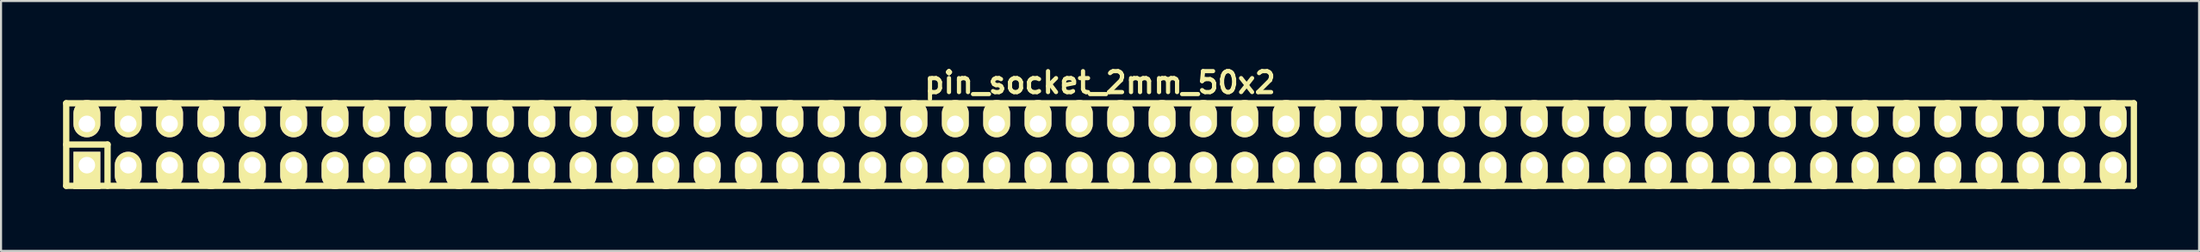
<source format=kicad_pcb>
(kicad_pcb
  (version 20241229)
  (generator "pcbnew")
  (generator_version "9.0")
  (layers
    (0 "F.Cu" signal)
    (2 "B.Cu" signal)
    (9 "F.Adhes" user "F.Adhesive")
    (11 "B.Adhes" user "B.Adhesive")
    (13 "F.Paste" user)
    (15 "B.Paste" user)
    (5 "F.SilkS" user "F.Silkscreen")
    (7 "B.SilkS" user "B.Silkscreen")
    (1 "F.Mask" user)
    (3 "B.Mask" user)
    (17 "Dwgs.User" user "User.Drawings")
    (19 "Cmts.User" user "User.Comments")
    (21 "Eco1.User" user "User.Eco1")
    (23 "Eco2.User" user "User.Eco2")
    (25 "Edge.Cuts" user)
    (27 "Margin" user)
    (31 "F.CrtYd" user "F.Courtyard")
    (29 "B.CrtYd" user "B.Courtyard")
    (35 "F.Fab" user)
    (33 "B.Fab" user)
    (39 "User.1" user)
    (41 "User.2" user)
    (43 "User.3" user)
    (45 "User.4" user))
  (footprint "pin_socket_2mm_50x2"
    (layer "F.Cu")
    (at 50.152 3.951)
    (property "Reference" "pin_socket_2mm_50x2" (at 0 -3 0) (layer "F.SilkS") (effects (font (size 1.016 1.016) (thickness 0.203))))
    (attr through_hole)
    (fp_line (start -50 -2) (end 50 -2) (stroke (width 0.305) (type solid)) (layer "F.SilkS"))
    (fp_line (start -50 0) (end -48 0) (stroke (width 0.305) (type solid)) (layer "F.SilkS"))
    (fp_line (start -50 2) (end -50 -2) (stroke (width 0.305) (type solid)) (layer "F.SilkS"))
    (fp_line (start -48 0) (end -48 2) (stroke (width 0.305) (type solid)) (layer "F.SilkS"))
    (fp_line (start 50 -2) (end 50 2) (stroke (width 0.305) (type solid)) (layer "F.SilkS"))
    (fp_line (start 50 2) (end -50 2) (stroke (width 0.305) (type solid)) (layer "F.SilkS"))
    (pad "1" thru_hole rect (at -49 1) (size 1.3 1.8) (drill 0.8 (offset 0 0.25)) (layers "*.Cu" "*.Mask" "F.SilkS"))
    (pad "2" thru_hole oval (at -49 -1) (size 1.3 1.8) (drill 0.8 (offset 0 -0.25)) (layers "*.Cu" "*.Mask" "F.SilkS"))
    (pad "3" thru_hole oval (at -47 1) (size 1.3 1.8) (drill 0.8 (offset 0 0.25)) (layers "*.Cu" "*.Mask" "F.SilkS"))
    (pad "4" thru_hole oval (at -47 -1) (size 1.3 1.8) (drill 0.8 (offset 0 -0.25)) (layers "*.Cu" "*.Mask" "F.SilkS"))
    (pad "5" thru_hole oval (at -45 1) (size 1.3 1.8) (drill 0.8 (offset 0 0.25)) (layers "*.Cu" "*.Mask" "F.SilkS"))
    (pad "6" thru_hole oval (at -45 -1) (size 1.3 1.8) (drill 0.8 (offset 0 -0.25)) (layers "*.Cu" "*.Mask" "F.SilkS"))
    (pad "7" thru_hole oval (at -43 1) (size 1.3 1.8) (drill 0.8 (offset 0 0.25)) (layers "*.Cu" "*.Mask" "F.SilkS"))
    (pad "8" thru_hole oval (at -43 -1) (size 1.3 1.8) (drill 0.8 (offset 0 -0.25)) (layers "*.Cu" "*.Mask" "F.SilkS"))
    (pad "9" thru_hole oval (at -41 1) (size 1.3 1.8) (drill 0.8 (offset 0 0.25)) (layers "*.Cu" "*.Mask" "F.SilkS"))
    (pad "10" thru_hole oval (at -41 -1) (size 1.3 1.8) (drill 0.8 (offset 0 -0.25)) (layers "*.Cu" "*.Mask" "F.SilkS"))
    (pad "11" thru_hole oval (at -39 1) (size 1.3 1.8) (drill 0.8 (offset 0 0.25)) (layers "*.Cu" "*.Mask" "F.SilkS"))
    (pad "12" thru_hole oval (at -39 -1) (size 1.3 1.8) (drill 0.8 (offset 0 -0.25)) (layers "*.Cu" "*.Mask" "F.SilkS"))
    (pad "13" thru_hole oval (at -37 1) (size 1.3 1.8) (drill 0.8 (offset 0 0.25)) (layers "*.Cu" "*.Mask" "F.SilkS"))
    (pad "14" thru_hole oval (at -37 -1) (size 1.3 1.8) (drill 0.8 (offset 0 -0.25)) (layers "*.Cu" "*.Mask" "F.SilkS"))
    (pad "15" thru_hole oval (at -35 1) (size 1.3 1.8) (drill 0.8 (offset 0 0.25)) (layers "*.Cu" "*.Mask" "F.SilkS"))
    (pad "16" thru_hole oval (at -35 -1) (size 1.3 1.8) (drill 0.8 (offset 0 -0.25)) (layers "*.Cu" "*.Mask" "F.SilkS"))
    (pad "17" thru_hole oval (at -33 1) (size 1.3 1.8) (drill 0.8 (offset 0 0.25)) (layers "*.Cu" "*.Mask" "F.SilkS"))
    (pad "18" thru_hole oval (at -33 -1) (size 1.3 1.8) (drill 0.8 (offset 0 -0.25)) (layers "*.Cu" "*.Mask" "F.SilkS"))
    (pad "19" thru_hole oval (at -31 1) (size 1.3 1.8) (drill 0.8 (offset 0 0.25)) (layers "*.Cu" "*.Mask" "F.SilkS"))
    (pad "20" thru_hole oval (at -31 -1) (size 1.3 1.8) (drill 0.8 (offset 0 -0.25)) (layers "*.Cu" "*.Mask" "F.SilkS"))
    (pad "21" thru_hole oval (at -29 1) (size 1.3 1.8) (drill 0.8 (offset 0 0.25)) (layers "*.Cu" "*.Mask" "F.SilkS"))
    (pad "22" thru_hole oval (at -29 -1) (size 1.3 1.8) (drill 0.8 (offset 0 -0.25)) (layers "*.Cu" "*.Mask" "F.SilkS"))
    (pad "23" thru_hole oval (at -27 1) (size 1.3 1.8) (drill 0.8 (offset 0 0.25)) (layers "*.Cu" "*.Mask" "F.SilkS"))
    (pad "24" thru_hole oval (at -27 -1) (size 1.3 1.8) (drill 0.8 (offset 0 -0.25)) (layers "*.Cu" "*.Mask" "F.SilkS"))
    (pad "25" thru_hole oval (at -25 1) (size 1.3 1.8) (drill 0.8 (offset 0 0.25)) (layers "*.Cu" "*.Mask" "F.SilkS"))
    (pad "26" thru_hole oval (at -25 -1) (size 1.3 1.8) (drill 0.8 (offset 0 -0.25)) (layers "*.Cu" "*.Mask" "F.SilkS"))
    (pad "27" thru_hole oval (at -23 1) (size 1.3 1.8) (drill 0.8 (offset 0 0.25)) (layers "*.Cu" "*.Mask" "F.SilkS"))
    (pad "28" thru_hole oval (at -23 -1) (size 1.3 1.8) (drill 0.8 (offset 0 -0.25)) (layers "*.Cu" "*.Mask" "F.SilkS"))
    (pad "29" thru_hole oval (at -21 1) (size 1.3 1.8) (drill 0.8 (offset 0 0.25)) (layers "*.Cu" "*.Mask" "F.SilkS"))
    (pad "30" thru_hole oval (at -21 -1) (size 1.3 1.8) (drill 0.8 (offset 0 -0.25)) (layers "*.Cu" "*.Mask" "F.SilkS"))
    (pad "31" thru_hole oval (at -19 1) (size 1.3 1.8) (drill 0.8 (offset 0 0.25)) (layers "*.Cu" "*.Mask" "F.SilkS"))
    (pad "32" thru_hole oval (at -19 -1) (size 1.3 1.8) (drill 0.8 (offset 0 -0.25)) (layers "*.Cu" "*.Mask" "F.SilkS"))
    (pad "33" thru_hole oval (at -17 1) (size 1.3 1.8) (drill 0.8 (offset 0 0.25)) (layers "*.Cu" "*.Mask" "F.SilkS"))
    (pad "34" thru_hole oval (at -17 -1) (size 1.3 1.8) (drill 0.8 (offset 0 -0.25)) (layers "*.Cu" "*.Mask" "F.SilkS"))
    (pad "35" thru_hole oval (at -15 1) (size 1.3 1.8) (drill 0.8 (offset 0 0.25)) (layers "*.Cu" "*.Mask" "F.SilkS"))
    (pad "36" thru_hole oval (at -15 -1) (size 1.3 1.8) (drill 0.8 (offset 0 -0.25)) (layers "*.Cu" "*.Mask" "F.SilkS"))
    (pad "37" thru_hole oval (at -13 1) (size 1.3 1.8) (drill 0.8 (offset 0 0.25)) (layers "*.Cu" "*.Mask" "F.SilkS"))
    (pad "38" thru_hole oval (at -13 -1) (size 1.3 1.8) (drill 0.8 (offset 0 -0.25)) (layers "*.Cu" "*.Mask" "F.SilkS"))
    (pad "39" thru_hole oval (at -11 1) (size 1.3 1.8) (drill 0.8 (offset 0 0.25)) (layers "*.Cu" "*.Mask" "F.SilkS"))
    (pad "40" thru_hole oval (at -11 -1) (size 1.3 1.8) (drill 0.8 (offset 0 -0.25)) (layers "*.Cu" "*.Mask" "F.SilkS"))
    (pad "41" thru_hole oval (at -9 1) (size 1.3 1.8) (drill 0.8 (offset 0 0.25)) (layers "*.Cu" "*.Mask" "F.SilkS"))
    (pad "42" thru_hole oval (at -9 -1) (size 1.3 1.8) (drill 0.8 (offset 0 -0.25)) (layers "*.Cu" "*.Mask" "F.SilkS"))
    (pad "43" thru_hole oval (at -7 1) (size 1.3 1.8) (drill 0.8 (offset 0 0.25)) (layers "*.Cu" "*.Mask" "F.SilkS"))
    (pad "44" thru_hole oval (at -7 -1) (size 1.3 1.8) (drill 0.8 (offset 0 -0.25)) (layers "*.Cu" "*.Mask" "F.SilkS"))
    (pad "45" thru_hole oval (at -5 1) (size 1.3 1.8) (drill 0.8 (offset 0 0.25)) (layers "*.Cu" "*.Mask" "F.SilkS"))
    (pad "46" thru_hole oval (at -5 -1) (size 1.3 1.8) (drill 0.8 (offset 0 -0.25)) (layers "*.Cu" "*.Mask" "F.SilkS"))
    (pad "47" thru_hole oval (at -3 1) (size 1.3 1.8) (drill 0.8 (offset 0 0.25)) (layers "*.Cu" "*.Mask" "F.SilkS"))
    (pad "48" thru_hole oval (at -3 -1) (size 1.3 1.8) (drill 0.8 (offset 0 -0.25)) (layers "*.Cu" "*.Mask" "F.SilkS"))
    (pad "49" thru_hole oval (at -1 1) (size 1.3 1.8) (drill 0.8 (offset 0 0.25)) (layers "*.Cu" "*.Mask" "F.SilkS"))
    (pad "50" thru_hole oval (at -1 -1) (size 1.3 1.8) (drill 0.8 (offset 0 -0.25)) (layers "*.Cu" "*.Mask" "F.SilkS"))
    (pad "51" thru_hole oval (at 1 1) (size 1.3 1.8) (drill 0.8 (offset 0 0.25)) (layers "*.Cu" "*.Mask" "F.SilkS"))
    (pad "52" thru_hole oval (at 1 -1) (size 1.3 1.8) (drill 0.8 (offset 0 -0.25)) (layers "*.Cu" "*.Mask" "F.SilkS"))
    (pad "53" thru_hole oval (at 3 1) (size 1.3 1.8) (drill 0.8 (offset 0 0.25)) (layers "*.Cu" "*.Mask" "F.SilkS"))
    (pad "54" thru_hole oval (at 3 -1) (size 1.3 1.8) (drill 0.8 (offset 0 -0.25)) (layers "*.Cu" "*.Mask" "F.SilkS"))
    (pad "55" thru_hole oval (at 5 1) (size 1.3 1.8) (drill 0.8 (offset 0 0.25)) (layers "*.Cu" "*.Mask" "F.SilkS"))
    (pad "56" thru_hole oval (at 5 -1) (size 1.3 1.8) (drill 0.8 (offset 0 -0.25)) (layers "*.Cu" "*.Mask" "F.SilkS"))
    (pad "57" thru_hole oval (at 7 1) (size 1.3 1.8) (drill 0.8 (offset 0 0.25)) (layers "*.Cu" "*.Mask" "F.SilkS"))
    (pad "58" thru_hole oval (at 7 -1) (size 1.3 1.8) (drill 0.8 (offset 0 -0.25)) (layers "*.Cu" "*.Mask" "F.SilkS"))
    (pad "59" thru_hole oval (at 9 1) (size 1.3 1.8) (drill 0.8 (offset 0 0.25)) (layers "*.Cu" "*.Mask" "F.SilkS"))
    (pad "60" thru_hole oval (at 9 -1) (size 1.3 1.8) (drill 0.8 (offset 0 -0.25)) (layers "*.Cu" "*.Mask" "F.SilkS"))
    (pad "61" thru_hole oval (at 11 1) (size 1.3 1.8) (drill 0.8 (offset 0 0.25)) (layers "*.Cu" "*.Mask" "F.SilkS"))
    (pad "62" thru_hole oval (at 11 -1) (size 1.3 1.8) (drill 0.8 (offset 0 -0.25)) (layers "*.Cu" "*.Mask" "F.SilkS"))
    (pad "63" thru_hole oval (at 13 1) (size 1.3 1.8) (drill 0.8 (offset 0 0.25)) (layers "*.Cu" "*.Mask" "F.SilkS"))
    (pad "64" thru_hole oval (at 13 -1) (size 1.3 1.8) (drill 0.8 (offset 0 -0.25)) (layers "*.Cu" "*.Mask" "F.SilkS"))
    (pad "65" thru_hole oval (at 15 1) (size 1.3 1.8) (drill 0.8 (offset 0 0.25)) (layers "*.Cu" "*.Mask" "F.SilkS"))
    (pad "66" thru_hole oval (at 15 -1) (size 1.3 1.8) (drill 0.8 (offset 0 -0.25)) (layers "*.Cu" "*.Mask" "F.SilkS"))
    (pad "67" thru_hole oval (at 17 1) (size 1.3 1.8) (drill 0.8 (offset 0 0.25)) (layers "*.Cu" "*.Mask" "F.SilkS"))
    (pad "68" thru_hole oval (at 17 -1) (size 1.3 1.8) (drill 0.8 (offset 0 -0.25)) (layers "*.Cu" "*.Mask" "F.SilkS"))
    (pad "69" thru_hole oval (at 19 1) (size 1.3 1.8) (drill 0.8 (offset 0 0.25)) (layers "*.Cu" "*.Mask" "F.SilkS"))
    (pad "70" thru_hole oval (at 19 -1) (size 1.3 1.8) (drill 0.8 (offset 0 -0.25)) (layers "*.Cu" "*.Mask" "F.SilkS"))
    (pad "71" thru_hole oval (at 21 1) (size 1.3 1.8) (drill 0.8 (offset 0 0.25)) (layers "*.Cu" "*.Mask" "F.SilkS"))
    (pad "72" thru_hole oval (at 21 -1) (size 1.3 1.8) (drill 0.8 (offset 0 -0.25)) (layers "*.Cu" "*.Mask" "F.SilkS"))
    (pad "73" thru_hole oval (at 23 1) (size 1.3 1.8) (drill 0.8 (offset 0 0.25)) (layers "*.Cu" "*.Mask" "F.SilkS"))
    (pad "74" thru_hole oval (at 23 -1) (size 1.3 1.8) (drill 0.8 (offset 0 -0.25)) (layers "*.Cu" "*.Mask" "F.SilkS"))
    (pad "75" thru_hole oval (at 25 1) (size 1.3 1.8) (drill 0.8 (offset 0 0.25)) (layers "*.Cu" "*.Mask" "F.SilkS"))
    (pad "76" thru_hole oval (at 25 -1) (size 1.3 1.8) (drill 0.8 (offset 0 -0.25)) (layers "*.Cu" "*.Mask" "F.SilkS"))
    (pad "77" thru_hole oval (at 27 1) (size 1.3 1.8) (drill 0.8 (offset 0 0.25)) (layers "*.Cu" "*.Mask" "F.SilkS"))
    (pad "78" thru_hole oval (at 27 -1) (size 1.3 1.8) (drill 0.8 (offset 0 -0.25)) (layers "*.Cu" "*.Mask" "F.SilkS"))
    (pad "79" thru_hole oval (at 29 1) (size 1.3 1.8) (drill 0.8 (offset 0 0.25)) (layers "*.Cu" "*.Mask" "F.SilkS"))
    (pad "80" thru_hole oval (at 29 -1) (size 1.3 1.8) (drill 0.8 (offset 0 -0.25)) (layers "*.Cu" "*.Mask" "F.SilkS"))
    (pad "81" thru_hole oval (at 31 1) (size 1.3 1.8) (drill 0.8 (offset 0 0.25)) (layers "*.Cu" "*.Mask" "F.SilkS"))
    (pad "82" thru_hole oval (at 31 -1) (size 1.3 1.8) (drill 0.8 (offset 0 -0.25)) (layers "*.Cu" "*.Mask" "F.SilkS"))
    (pad "83" thru_hole oval (at 33 1) (size 1.3 1.8) (drill 0.8 (offset 0 0.25)) (layers "*.Cu" "*.Mask" "F.SilkS"))
    (pad "84" thru_hole oval (at 33 -1) (size 1.3 1.8) (drill 0.8 (offset 0 -0.25)) (layers "*.Cu" "*.Mask" "F.SilkS"))
    (pad "85" thru_hole oval (at 35 1) (size 1.3 1.8) (drill 0.8 (offset 0 0.25)) (layers "*.Cu" "*.Mask" "F.SilkS"))
    (pad "86" thru_hole oval (at 35 -1) (size 1.3 1.8) (drill 0.8 (offset 0 -0.25)) (layers "*.Cu" "*.Mask" "F.SilkS"))
    (pad "87" thru_hole oval (at 37 1) (size 1.3 1.8) (drill 0.8 (offset 0 0.25)) (layers "*.Cu" "*.Mask" "F.SilkS"))
    (pad "88" thru_hole oval (at 37 -1) (size 1.3 1.8) (drill 0.8 (offset 0 -0.25)) (layers "*.Cu" "*.Mask" "F.SilkS"))
    (pad "89" thru_hole oval (at 39 1) (size 1.3 1.8) (drill 0.8 (offset 0 0.25)) (layers "*.Cu" "*.Mask" "F.SilkS"))
    (pad "90" thru_hole oval (at 39 -1) (size 1.3 1.8) (drill 0.8 (offset 0 -0.25)) (layers "*.Cu" "*.Mask" "F.SilkS"))
    (pad "91" thru_hole oval (at 41 1) (size 1.3 1.8) (drill 0.8 (offset 0 0.25)) (layers "*.Cu" "*.Mask" "F.SilkS"))
    (pad "92" thru_hole oval (at 41 -1) (size 1.3 1.8) (drill 0.8 (offset 0 -0.25)) (layers "*.Cu" "*.Mask" "F.SilkS"))
    (pad "93" thru_hole oval (at 43 1) (size 1.3 1.8) (drill 0.8 (offset 0 0.25)) (layers "*.Cu" "*.Mask" "F.SilkS"))
    (pad "94" thru_hole oval (at 43 -1) (size 1.3 1.8) (drill 0.8 (offset 0 -0.25)) (layers "*.Cu" "*.Mask" "F.SilkS"))
    (pad "95" thru_hole oval (at 45 1) (size 1.3 1.8) (drill 0.8 (offset 0 0.25)) (layers "*.Cu" "*.Mask" "F.SilkS"))
    (pad "96" thru_hole oval (at 45 -1) (size 1.3 1.8) (drill 0.8 (offset 0 -0.25)) (layers "*.Cu" "*.Mask" "F.SilkS"))
    (pad "97" thru_hole oval (at 47 1) (size 1.3 1.8) (drill 0.8 (offset 0 0.25)) (layers "*.Cu" "*.Mask" "F.SilkS"))
    (pad "98" thru_hole oval (at 47 -1) (size 1.3 1.8) (drill 0.8 (offset 0 -0.25)) (layers "*.Cu" "*.Mask" "F.SilkS"))
    (pad "99" thru_hole oval (at 49 1) (size 1.3 1.8) (drill 0.8 (offset 0 0.25)) (layers "*.Cu" "*.Mask" "F.SilkS"))
    (pad "100" thru_hole oval (at 49 -1) (size 1.3 1.8) (drill 0.8 (offset 0 -0.25)) (layers "*.Cu" "*.Mask" "F.SilkS")))
  (gr_rect
    (start -3 -3)
    (end 103.305 9.103)
    (stroke (width 0.1) (type default))
    (fill no)
    (layer "Edge.Cuts")))
</source>
